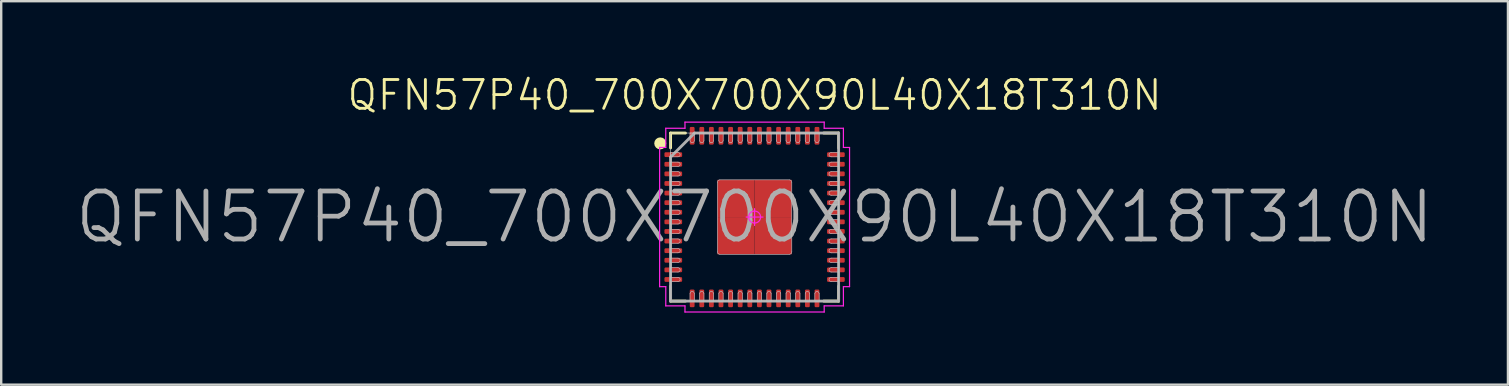
<source format=kicad_pcb>
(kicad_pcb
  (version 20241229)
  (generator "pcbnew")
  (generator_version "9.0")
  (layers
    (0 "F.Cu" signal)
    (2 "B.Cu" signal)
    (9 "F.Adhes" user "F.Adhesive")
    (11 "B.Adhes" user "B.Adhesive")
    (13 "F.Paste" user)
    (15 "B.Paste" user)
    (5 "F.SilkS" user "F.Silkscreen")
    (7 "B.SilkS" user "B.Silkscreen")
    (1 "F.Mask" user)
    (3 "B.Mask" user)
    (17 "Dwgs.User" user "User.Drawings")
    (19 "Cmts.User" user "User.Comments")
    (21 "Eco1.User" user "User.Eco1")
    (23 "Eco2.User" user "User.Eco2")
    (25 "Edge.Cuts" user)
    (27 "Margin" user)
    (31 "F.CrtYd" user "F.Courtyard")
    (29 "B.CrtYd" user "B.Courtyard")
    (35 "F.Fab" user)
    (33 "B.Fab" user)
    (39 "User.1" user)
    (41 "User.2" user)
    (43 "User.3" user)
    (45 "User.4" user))
  (footprint "QFN57P40_700X700X90L40X18T310N"
    (layer "F.Cu")
    (at 28.386 5.993)
    (property "Reference" "QFN57P40_700X700X90L40X18T310N" (at 0 -5.08 0) (layer "F.SilkS") (effects (font (size 1.2 1.2) (thickness 0.12))))
    (attr smd)
    (fp_line (start -3.5 -3.5) (end -2.88 -3.5) (stroke (width 0.12) (type solid)) (layer "F.SilkS"))
    (fp_line (start -3.5 -2.88) (end -3.5 -3.5) (stroke (width 0.12) (type solid)) (layer "F.SilkS"))
    (fp_line (start -3.5 2.88) (end -3.5 3.5) (stroke (width 0.12) (type solid)) (layer "F.SilkS"))
    (fp_line (start -3.5 3.5) (end -2.88 3.5) (stroke (width 0.12) (type solid)) (layer "F.SilkS"))
    (fp_line (start 3.5 -3.5) (end 2.88 -3.5) (stroke (width 0.12) (type solid)) (layer "F.SilkS"))
    (fp_line (start 3.5 -2.88) (end 3.5 -3.5) (stroke (width 0.12) (type solid)) (layer "F.SilkS"))
    (fp_line (start 3.5 2.88) (end 3.5 3.5) (stroke (width 0.12) (type solid)) (layer "F.SilkS"))
    (fp_line (start 3.5 3.5) (end 2.88 3.5) (stroke (width 0.12) (type solid)) (layer "F.SilkS"))
    (fp_circle (center -3.93 -3.07) (end -3.93 -2.945) (stroke (width 0.25) (type solid)) (fill no) (layer "F.SilkS"))
    (fp_line (start -3.5 -3.5) (end 3.5 -3.5) (stroke (width 0.025) (type solid)) (layer "Dwgs.User"))
    (fp_line (start -3.5 -2.69) (end -3.5 -2.51) (stroke (width 0.025) (type solid)) (layer "Dwgs.User"))
    (fp_line (start -3.5 -2.51) (end -3.19 -2.51) (stroke (width 0.025) (type solid)) (layer "Dwgs.User"))
    (fp_line (start -3.5 -2.29) (end -3.5 -2.11) (stroke (width 0.025) (type solid)) (layer "Dwgs.User"))
    (fp_line (start -3.5 -2.11) (end -3.19 -2.11) (stroke (width 0.025) (type solid)) (layer "Dwgs.User"))
    (fp_line (start -3.5 -1.89) (end -3.5 -1.71) (stroke (width 0.025) (type solid)) (layer "Dwgs.User"))
    (fp_line (start -3.5 -1.71) (end -3.19 -1.71) (stroke (width 0.025) (type solid)) (layer "Dwgs.User"))
    (fp_line (start -3.5 -1.49) (end -3.5 -1.31) (stroke (width 0.025) (type solid)) (layer "Dwgs.User"))
    (fp_line (start -3.5 -1.31) (end -3.19 -1.31) (stroke (width 0.025) (type solid)) (layer "Dwgs.User"))
    (fp_line (start -3.5 -1.09) (end -3.5 -0.91) (stroke (width 0.025) (type solid)) (layer "Dwgs.User"))
    (fp_line (start -3.5 -0.91) (end -3.19 -0.91) (stroke (width 0.025) (type solid)) (layer "Dwgs.User"))
    (fp_line (start -3.5 -0.69) (end -3.5 -0.51) (stroke (width 0.025) (type solid)) (layer "Dwgs.User"))
    (fp_line (start -3.5 -0.51) (end -3.19 -0.51) (stroke (width 0.025) (type solid)) (layer "Dwgs.User"))
    (fp_line (start -3.5 -0.29) (end -3.5 -0.11) (stroke (width 0.025) (type solid)) (layer "Dwgs.User"))
    (fp_line (start -3.5 -0.11) (end -3.19 -0.11) (stroke (width 0.025) (type solid)) (layer "Dwgs.User"))
    (fp_line (start -3.5 0.11) (end -3.5 0.29) (stroke (width 0.025) (type solid)) (layer "Dwgs.User"))
    (fp_line (start -3.5 0.29) (end -3.19 0.29) (stroke (width 0.025) (type solid)) (layer "Dwgs.User"))
    (fp_line (start -3.5 0.51) (end -3.5 0.69) (stroke (width 0.025) (type solid)) (layer "Dwgs.User"))
    (fp_line (start -3.5 0.69) (end -3.19 0.69) (stroke (width 0.025) (type solid)) (layer "Dwgs.User"))
    (fp_line (start -3.5 0.91) (end -3.5 1.09) (stroke (width 0.025) (type solid)) (layer "Dwgs.User"))
    (fp_line (start -3.5 1.09) (end -3.19 1.09) (stroke (width 0.025) (type solid)) (layer "Dwgs.User"))
    (fp_line (start -3.5 1.31) (end -3.5 1.49) (stroke (width 0.025) (type solid)) (layer "Dwgs.User"))
    (fp_line (start -3.5 1.49) (end -3.19 1.49) (stroke (width 0.025) (type solid)) (layer "Dwgs.User"))
    (fp_line (start -3.5 1.71) (end -3.5 1.89) (stroke (width 0.025) (type solid)) (layer "Dwgs.User"))
    (fp_line (start -3.5 1.89) (end -3.19 1.89) (stroke (width 0.025) (type solid)) (layer "Dwgs.User"))
    (fp_line (start -3.5 2.11) (end -3.5 2.29) (stroke (width 0.025) (type solid)) (layer "Dwgs.User"))
    (fp_line (start -3.5 2.29) (end -3.19 2.29) (stroke (width 0.025) (type solid)) (layer "Dwgs.User"))
    (fp_line (start -3.5 2.51) (end -3.5 2.69) (stroke (width 0.025) (type solid)) (layer "Dwgs.User"))
    (fp_line (start -3.5 2.69) (end -3.19 2.69) (stroke (width 0.025) (type solid)) (layer "Dwgs.User"))
    (fp_line (start -3.5 3.5) (end -3.5 -3.5) (stroke (width 0.025) (type solid)) (layer "Dwgs.User"))
    (fp_line (start -3.19 -2.69) (end -3.5 -2.69) (stroke (width 0.025) (type solid)) (layer "Dwgs.User"))
    (fp_line (start -3.19 -2.29) (end -3.5 -2.29) (stroke (width 0.025) (type solid)) (layer "Dwgs.User"))
    (fp_line (start -3.19 -1.89) (end -3.5 -1.89) (stroke (width 0.025) (type solid)) (layer "Dwgs.User"))
    (fp_line (start -3.19 -1.49) (end -3.5 -1.49) (stroke (width 0.025) (type solid)) (layer "Dwgs.User"))
    (fp_line (start -3.19 -1.09) (end -3.5 -1.09) (stroke (width 0.025) (type solid)) (layer "Dwgs.User"))
    (fp_line (start -3.19 -0.69) (end -3.5 -0.69) (stroke (width 0.025) (type solid)) (layer "Dwgs.User"))
    (fp_line (start -3.19 -0.29) (end -3.5 -0.29) (stroke (width 0.025) (type solid)) (layer "Dwgs.User"))
    (fp_line (start -3.19 0.11) (end -3.5 0.11) (stroke (width 0.025) (type solid)) (layer "Dwgs.User"))
    (fp_line (start -3.19 0.51) (end -3.5 0.51) (stroke (width 0.025) (type solid)) (layer "Dwgs.User"))
    (fp_line (start -3.19 0.91) (end -3.5 0.91) (stroke (width 0.025) (type solid)) (layer "Dwgs.User"))
    (fp_line (start -3.19 1.31) (end -3.5 1.31) (stroke (width 0.025) (type solid)) (layer "Dwgs.User"))
    (fp_line (start -3.19 1.71) (end -3.5 1.71) (stroke (width 0.025) (type solid)) (layer "Dwgs.User"))
    (fp_line (start -3.19 2.11) (end -3.5 2.11) (stroke (width 0.025) (type solid)) (layer "Dwgs.User"))
    (fp_line (start -3.19 2.51) (end -3.5 2.51) (stroke (width 0.025) (type solid)) (layer "Dwgs.User"))
    (fp_line (start -2.69 -3.5) (end -2.69 -3.19) (stroke (width 0.025) (type solid)) (layer "Dwgs.User"))
    (fp_line (start -2.69 3.19) (end -2.69 3.5) (stroke (width 0.025) (type solid)) (layer "Dwgs.User"))
    (fp_line (start -2.69 3.5) (end -2.51 3.5) (stroke (width 0.025) (type solid)) (layer "Dwgs.User"))
    (fp_line (start -2.51 -3.5) (end -2.69 -3.5) (stroke (width 0.025) (type solid)) (layer "Dwgs.User"))
    (fp_line (start -2.51 -3.19) (end -2.51 -3.5) (stroke (width 0.025) (type solid)) (layer "Dwgs.User"))
    (fp_line (start -2.51 3.5) (end -2.51 3.19) (stroke (width 0.025) (type solid)) (layer "Dwgs.User"))
    (fp_line (start -2.29 -3.5) (end -2.29 -3.19) (stroke (width 0.025) (type solid)) (layer "Dwgs.User"))
    (fp_line (start -2.29 3.19) (end -2.29 3.5) (stroke (width 0.025) (type solid)) (layer "Dwgs.User"))
    (fp_line (start -2.29 3.5) (end -2.11 3.5) (stroke (width 0.025) (type solid)) (layer "Dwgs.User"))
    (fp_line (start -2.11 -3.5) (end -2.29 -3.5) (stroke (width 0.025) (type solid)) (layer "Dwgs.User"))
    (fp_line (start -2.11 -3.19) (end -2.11 -3.5) (stroke (width 0.025) (type solid)) (layer "Dwgs.User"))
    (fp_line (start -2.11 3.5) (end -2.11 3.19) (stroke (width 0.025) (type solid)) (layer "Dwgs.User"))
    (fp_line (start -1.89 -3.5) (end -1.89 -3.19) (stroke (width 0.025) (type solid)) (layer "Dwgs.User"))
    (fp_line (start -1.89 3.19) (end -1.89 3.5) (stroke (width 0.025) (type solid)) (layer "Dwgs.User"))
    (fp_line (start -1.89 3.5) (end -1.71 3.5) (stroke (width 0.025) (type solid)) (layer "Dwgs.User"))
    (fp_line (start -1.71 -3.5) (end -1.89 -3.5) (stroke (width 0.025) (type solid)) (layer "Dwgs.User"))
    (fp_line (start -1.71 -3.19) (end -1.71 -3.5) (stroke (width 0.025) (type solid)) (layer "Dwgs.User"))
    (fp_line (start -1.71 3.5) (end -1.71 3.19) (stroke (width 0.025) (type solid)) (layer "Dwgs.User"))
    (fp_line (start -1.55 -1.45) (end -1.55 1.45) (stroke (width 0.025) (type solid)) (layer "Dwgs.User"))
    (fp_line (start -1.49 -3.5) (end -1.49 -3.19) (stroke (width 0.025) (type solid)) (layer "Dwgs.User"))
    (fp_line (start -1.49 3.19) (end -1.49 3.5) (stroke (width 0.025) (type solid)) (layer "Dwgs.User"))
    (fp_line (start -1.49 3.5) (end -1.31 3.5) (stroke (width 0.025) (type solid)) (layer "Dwgs.User"))
    (fp_line (start -1.45 1.55) (end 1.45 1.55) (stroke (width 0.025) (type solid)) (layer "Dwgs.User"))
    (fp_line (start -1.31 -3.5) (end -1.49 -3.5) (stroke (width 0.025) (type solid)) (layer "Dwgs.User"))
    (fp_line (start -1.31 -3.19) (end -1.31 -3.5) (stroke (width 0.025) (type solid)) (layer "Dwgs.User"))
    (fp_line (start -1.31 3.5) (end -1.31 3.19) (stroke (width 0.025) (type solid)) (layer "Dwgs.User"))
    (fp_line (start -1.09 -3.5) (end -1.09 -3.19) (stroke (width 0.025) (type solid)) (layer "Dwgs.User"))
    (fp_line (start -1.09 3.19) (end -1.09 3.5) (stroke (width 0.025) (type solid)) (layer "Dwgs.User"))
    (fp_line (start -1.09 3.5) (end -0.91 3.5) (stroke (width 0.025) (type solid)) (layer "Dwgs.User"))
    (fp_line (start -0.91 -3.5) (end -1.09 -3.5) (stroke (width 0.025) (type solid)) (layer "Dwgs.User"))
    (fp_line (start -0.91 -3.19) (end -0.91 -3.5) (stroke (width 0.025) (type solid)) (layer "Dwgs.User"))
    (fp_line (start -0.91 3.5) (end -0.91 3.19) (stroke (width 0.025) (type solid)) (layer "Dwgs.User"))
    (fp_line (start -0.69 -3.5) (end -0.69 -3.19) (stroke (width 0.025) (type solid)) (layer "Dwgs.User"))
    (fp_line (start -0.69 3.19) (end -0.69 3.5) (stroke (width 0.025) (type solid)) (layer "Dwgs.User"))
    (fp_line (start -0.69 3.5) (end -0.51 3.5) (stroke (width 0.025) (type solid)) (layer "Dwgs.User"))
    (fp_line (start -0.51 -3.5) (end -0.69 -3.5) (stroke (width 0.025) (type solid)) (layer "Dwgs.User"))
    (fp_line (start -0.51 -3.19) (end -0.51 -3.5) (stroke (width 0.025) (type solid)) (layer "Dwgs.User"))
    (fp_line (start -0.51 3.5) (end -0.51 3.19) (stroke (width 0.025) (type solid)) (layer "Dwgs.User"))
    (fp_line (start -0.29 -3.5) (end -0.29 -3.19) (stroke (width 0.025) (type solid)) (layer "Dwgs.User"))
    (fp_line (start -0.29 3.19) (end -0.29 3.5) (stroke (width 0.025) (type solid)) (layer "Dwgs.User"))
    (fp_line (start -0.29 3.5) (end -0.11 3.5) (stroke (width 0.025) (type solid)) (layer "Dwgs.User"))
    (fp_line (start -0.11 -3.5) (end -0.29 -3.5) (stroke (width 0.025) (type solid)) (layer "Dwgs.User"))
    (fp_line (start -0.11 -3.19) (end -0.11 -3.5) (stroke (width 0.025) (type solid)) (layer "Dwgs.User"))
    (fp_line (start -0.11 3.5) (end -0.11 3.19) (stroke (width 0.025) (type solid)) (layer "Dwgs.User"))
    (fp_line (start 0.11 -3.5) (end 0.11 -3.19) (stroke (width 0.025) (type solid)) (layer "Dwgs.User"))
    (fp_line (start 0.11 3.19) (end 0.11 3.5) (stroke (width 0.025) (type solid)) (layer "Dwgs.User"))
    (fp_line (start 0.11 3.5) (end 0.29 3.5) (stroke (width 0.025) (type solid)) (layer "Dwgs.User"))
    (fp_line (start 0.29 -3.5) (end 0.11 -3.5) (stroke (width 0.025) (type solid)) (layer "Dwgs.User"))
    (fp_line (start 0.29 -3.19) (end 0.29 -3.5) (stroke (width 0.025) (type solid)) (layer "Dwgs.User"))
    (fp_line (start 0.29 3.5) (end 0.29 3.19) (stroke (width 0.025) (type solid)) (layer "Dwgs.User"))
    (fp_line (start 0.51 -3.5) (end 0.51 -3.19) (stroke (width 0.025) (type solid)) (layer "Dwgs.User"))
    (fp_line (start 0.51 3.19) (end 0.51 3.5) (stroke (width 0.025) (type solid)) (layer "Dwgs.User"))
    (fp_line (start 0.51 3.5) (end 0.69 3.5) (stroke (width 0.025) (type solid)) (layer "Dwgs.User"))
    (fp_line (start 0.69 -3.5) (end 0.51 -3.5) (stroke (width 0.025) (type solid)) (layer "Dwgs.User"))
    (fp_line (start 0.69 -3.19) (end 0.69 -3.5) (stroke (width 0.025) (type solid)) (layer "Dwgs.User"))
    (fp_line (start 0.69 3.5) (end 0.69 3.19) (stroke (width 0.025) (type solid)) (layer "Dwgs.User"))
    (fp_line (start 0.91 -3.5) (end 0.91 -3.19) (stroke (width 0.025) (type solid)) (layer "Dwgs.User"))
    (fp_line (start 0.91 3.19) (end 0.91 3.5) (stroke (width 0.025) (type solid)) (layer "Dwgs.User"))
    (fp_line (start 0.91 3.5) (end 1.09 3.5) (stroke (width 0.025) (type solid)) (layer "Dwgs.User"))
    (fp_line (start 1.09 -3.5) (end 0.91 -3.5) (stroke (width 0.025) (type solid)) (layer "Dwgs.User"))
    (fp_line (start 1.09 -3.19) (end 1.09 -3.5) (stroke (width 0.025) (type solid)) (layer "Dwgs.User"))
    (fp_line (start 1.09 3.5) (end 1.09 3.19) (stroke (width 0.025) (type solid)) (layer "Dwgs.User"))
    (fp_line (start 1.31 -3.5) (end 1.31 -3.19) (stroke (width 0.025) (type solid)) (layer "Dwgs.User"))
    (fp_line (start 1.31 3.19) (end 1.31 3.5) (stroke (width 0.025) (type solid)) (layer "Dwgs.User"))
    (fp_line (start 1.31 3.5) (end 1.49 3.5) (stroke (width 0.025) (type solid)) (layer "Dwgs.User"))
    (fp_line (start 1.45 -1.55) (end -1.45 -1.55) (stroke (width 0.025) (type solid)) (layer "Dwgs.User"))
    (fp_line (start 1.49 -3.5) (end 1.31 -3.5) (stroke (width 0.025) (type solid)) (layer "Dwgs.User"))
    (fp_line (start 1.49 -3.19) (end 1.49 -3.5) (stroke (width 0.025) (type solid)) (layer "Dwgs.User"))
    (fp_line (start 1.49 3.5) (end 1.49 3.19) (stroke (width 0.025) (type solid)) (layer "Dwgs.User"))
    (fp_line (start 1.55 1.45) (end 1.55 -1.45) (stroke (width 0.025) (type solid)) (layer "Dwgs.User"))
    (fp_line (start 1.71 -3.5) (end 1.71 -3.19) (stroke (width 0.025) (type solid)) (layer "Dwgs.User"))
    (fp_line (start 1.71 3.19) (end 1.71 3.5) (stroke (width 0.025) (type solid)) (layer "Dwgs.User"))
    (fp_line (start 1.71 3.5) (end 1.89 3.5) (stroke (width 0.025) (type solid)) (layer "Dwgs.User"))
    (fp_line (start 1.89 -3.5) (end 1.71 -3.5) (stroke (width 0.025) (type solid)) (layer "Dwgs.User"))
    (fp_line (start 1.89 -3.19) (end 1.89 -3.5) (stroke (width 0.025) (type solid)) (layer "Dwgs.User"))
    (fp_line (start 1.89 3.5) (end 1.89 3.19) (stroke (width 0.025) (type solid)) (layer "Dwgs.User"))
    (fp_line (start 2.11 -3.5) (end 2.11 -3.19) (stroke (width 0.025) (type solid)) (layer "Dwgs.User"))
    (fp_line (start 2.11 3.19) (end 2.11 3.5) (stroke (width 0.025) (type solid)) (layer "Dwgs.User"))
    (fp_line (start 2.11 3.5) (end 2.29 3.5) (stroke (width 0.025) (type solid)) (layer "Dwgs.User"))
    (fp_line (start 2.29 -3.5) (end 2.11 -3.5) (stroke (width 0.025) (type solid)) (layer "Dwgs.User"))
    (fp_line (start 2.29 -3.19) (end 2.29 -3.5) (stroke (width 0.025) (type solid)) (layer "Dwgs.User"))
    (fp_line (start 2.29 3.5) (end 2.29 3.19) (stroke (width 0.025) (type solid)) (layer "Dwgs.User"))
    (fp_line (start 2.51 -3.5) (end 2.51 -3.19) (stroke (width 0.025) (type solid)) (layer "Dwgs.User"))
    (fp_line (start 2.51 3.19) (end 2.51 3.5) (stroke (width 0.025) (type solid)) (layer "Dwgs.User"))
    (fp_line (start 2.51 3.5) (end 2.69 3.5) (stroke (width 0.025) (type solid)) (layer "Dwgs.User"))
    (fp_line (start 2.69 -3.5) (end 2.51 -3.5) (stroke (width 0.025) (type solid)) (layer "Dwgs.User"))
    (fp_line (start 2.69 -3.19) (end 2.69 -3.5) (stroke (width 0.025) (type solid)) (layer "Dwgs.User"))
    (fp_line (start 2.69 3.5) (end 2.69 3.19) (stroke (width 0.025) (type solid)) (layer "Dwgs.User"))
    (fp_line (start 3.19 -2.51) (end 3.5 -2.51) (stroke (width 0.025) (type solid)) (layer "Dwgs.User"))
    (fp_line (start 3.19 -2.11) (end 3.5 -2.11) (stroke (width 0.025) (type solid)) (layer "Dwgs.User"))
    (fp_line (start 3.19 -1.71) (end 3.5 -1.71) (stroke (width 0.025) (type solid)) (layer "Dwgs.User"))
    (fp_line (start 3.19 -1.31) (end 3.5 -1.31) (stroke (width 0.025) (type solid)) (layer "Dwgs.User"))
    (fp_line (start 3.19 -0.91) (end 3.5 -0.91) (stroke (width 0.025) (type solid)) (layer "Dwgs.User"))
    (fp_line (start 3.19 -0.51) (end 3.5 -0.51) (stroke (width 0.025) (type solid)) (layer "Dwgs.User"))
    (fp_line (start 3.19 -0.11) (end 3.5 -0.11) (stroke (width 0.025) (type solid)) (layer "Dwgs.User"))
    (fp_line (start 3.19 0.29) (end 3.5 0.29) (stroke (width 0.025) (type solid)) (layer "Dwgs.User"))
    (fp_line (start 3.19 0.69) (end 3.5 0.69) (stroke (width 0.025) (type solid)) (layer "Dwgs.User"))
    (fp_line (start 3.19 1.09) (end 3.5 1.09) (stroke (width 0.025) (type solid)) (layer "Dwgs.User"))
    (fp_line (start 3.19 1.49) (end 3.5 1.49) (stroke (width 0.025) (type solid)) (layer "Dwgs.User"))
    (fp_line (start 3.19 1.89) (end 3.5 1.89) (stroke (width 0.025) (type solid)) (layer "Dwgs.User"))
    (fp_line (start 3.19 2.29) (end 3.5 2.29) (stroke (width 0.025) (type solid)) (layer "Dwgs.User"))
    (fp_line (start 3.19 2.69) (end 3.5 2.69) (stroke (width 0.025) (type solid)) (layer "Dwgs.User"))
    (fp_line (start 3.5 -3.5) (end 3.5 3.5) (stroke (width 0.025) (type solid)) (layer "Dwgs.User"))
    (fp_line (start 3.5 -2.69) (end 3.19 -2.69) (stroke (width 0.025) (type solid)) (layer "Dwgs.User"))
    (fp_line (start 3.5 -2.51) (end 3.5 -2.69) (stroke (width 0.025) (type solid)) (layer "Dwgs.User"))
    (fp_line (start 3.5 -2.29) (end 3.19 -2.29) (stroke (width 0.025) (type solid)) (layer "Dwgs.User"))
    (fp_line (start 3.5 -2.11) (end 3.5 -2.29) (stroke (width 0.025) (type solid)) (layer "Dwgs.User"))
    (fp_line (start 3.5 -1.89) (end 3.19 -1.89) (stroke (width 0.025) (type solid)) (layer "Dwgs.User"))
    (fp_line (start 3.5 -1.71) (end 3.5 -1.89) (stroke (width 0.025) (type solid)) (layer "Dwgs.User"))
    (fp_line (start 3.5 -1.49) (end 3.19 -1.49) (stroke (width 0.025) (type solid)) (layer "Dwgs.User"))
    (fp_line (start 3.5 -1.31) (end 3.5 -1.49) (stroke (width 0.025) (type solid)) (layer "Dwgs.User"))
    (fp_line (start 3.5 -1.09) (end 3.19 -1.09) (stroke (width 0.025) (type solid)) (layer "Dwgs.User"))
    (fp_line (start 3.5 -0.91) (end 3.5 -1.09) (stroke (width 0.025) (type solid)) (layer "Dwgs.User"))
    (fp_line (start 3.5 -0.69) (end 3.19 -0.69) (stroke (width 0.025) (type solid)) (layer "Dwgs.User"))
    (fp_line (start 3.5 -0.51) (end 3.5 -0.69) (stroke (width 0.025) (type solid)) (layer "Dwgs.User"))
    (fp_line (start 3.5 -0.29) (end 3.19 -0.29) (stroke (width 0.025) (type solid)) (layer "Dwgs.User"))
    (fp_line (start 3.5 -0.11) (end 3.5 -0.29) (stroke (width 0.025) (type solid)) (layer "Dwgs.User"))
    (fp_line (start 3.5 0.11) (end 3.19 0.11) (stroke (width 0.025) (type solid)) (layer "Dwgs.User"))
    (fp_line (start 3.5 0.29) (end 3.5 0.11) (stroke (width 0.025) (type solid)) (layer "Dwgs.User"))
    (fp_line (start 3.5 0.51) (end 3.19 0.51) (stroke (width 0.025) (type solid)) (layer "Dwgs.User"))
    (fp_line (start 3.5 0.69) (end 3.5 0.51) (stroke (width 0.025) (type solid)) (layer "Dwgs.User"))
    (fp_line (start 3.5 0.91) (end 3.19 0.91) (stroke (width 0.025) (type solid)) (layer "Dwgs.User"))
    (fp_line (start 3.5 1.09) (end 3.5 0.91) (stroke (width 0.025) (type solid)) (layer "Dwgs.User"))
    (fp_line (start 3.5 1.31) (end 3.19 1.31) (stroke (width 0.025) (type solid)) (layer "Dwgs.User"))
    (fp_line (start 3.5 1.49) (end 3.5 1.31) (stroke (width 0.025) (type solid)) (layer "Dwgs.User"))
    (fp_line (start 3.5 1.71) (end 3.19 1.71) (stroke (width 0.025) (type solid)) (layer "Dwgs.User"))
    (fp_line (start 3.5 1.89) (end 3.5 1.71) (stroke (width 0.025) (type solid)) (layer "Dwgs.User"))
    (fp_line (start 3.5 2.11) (end 3.19 2.11) (stroke (width 0.025) (type solid)) (layer "Dwgs.User"))
    (fp_line (start 3.5 2.29) (end 3.5 2.11) (stroke (width 0.025) (type solid)) (layer "Dwgs.User"))
    (fp_line (start 3.5 2.51) (end 3.19 2.51) (stroke (width 0.025) (type solid)) (layer "Dwgs.User"))
    (fp_line (start 3.5 2.69) (end 3.5 2.51) (stroke (width 0.025) (type solid)) (layer "Dwgs.User"))
    (fp_line (start 3.5 3.5) (end -3.5 3.5) (stroke (width 0.025) (type solid)) (layer "Dwgs.User"))
    (fp_arc (start -3.19 -2.69) (mid -3.1 -2.6) (end -3.19 -2.51) (stroke (width 0.025) (type solid)) (layer "Dwgs.User"))
    (fp_arc (start -3.19 -2.29) (mid -3.1 -2.2) (end -3.19 -2.11) (stroke (width 0.025) (type solid)) (layer "Dwgs.User"))
    (fp_arc (start -3.19 -1.89) (mid -3.1 -1.8) (end -3.19 -1.71) (stroke (width 0.025) (type solid)) (layer "Dwgs.User"))
    (fp_arc (start -3.19 -1.49) (mid -3.1 -1.4) (end -3.19 -1.31) (stroke (width 0.025) (type solid)) (layer "Dwgs.User"))
    (fp_arc (start -3.19 -1.09) (mid -3.1 -1) (end -3.19 -0.91) (stroke (width 0.025) (type solid)) (layer "Dwgs.User"))
    (fp_arc (start -3.19 -0.69) (mid -3.1 -0.6) (end -3.19 -0.51) (stroke (width 0.025) (type solid)) (layer "Dwgs.User"))
    (fp_arc (start -3.19 -0.29) (mid -3.1 -0.2) (end -3.19 -0.11) (stroke (width 0.025) (type solid)) (layer "Dwgs.User"))
    (fp_arc (start -3.19 0.11) (mid -3.1 0.2) (end -3.19 0.29) (stroke (width 0.025) (type solid)) (layer "Dwgs.User"))
    (fp_arc (start -3.19 0.51) (mid -3.1 0.6) (end -3.19 0.69) (stroke (width 0.025) (type solid)) (layer "Dwgs.User"))
    (fp_arc (start -3.19 0.91) (mid -3.1 1) (end -3.19 1.09) (stroke (width 0.025) (type solid)) (layer "Dwgs.User"))
    (fp_arc (start -3.19 1.31) (mid -3.1 1.4) (end -3.19 1.49) (stroke (width 0.025) (type solid)) (layer "Dwgs.User"))
    (fp_arc (start -3.19 1.71) (mid -3.1 1.8) (end -3.19 1.89) (stroke (width 0.025) (type solid)) (layer "Dwgs.User"))
    (fp_arc (start -3.19 2.11) (mid -3.1 2.2) (end -3.19 2.29) (stroke (width 0.025) (type solid)) (layer "Dwgs.User"))
    (fp_arc (start -3.19 2.51) (mid -3.1 2.6) (end -3.19 2.69) (stroke (width 0.025) (type solid)) (layer "Dwgs.User"))
    (fp_arc (start -2.69 3.19) (mid -2.6 3.1) (end -2.51 3.19) (stroke (width 0.025) (type solid)) (layer "Dwgs.User"))
    (fp_arc (start -2.51 -3.19) (mid -2.6 -3.1) (end -2.69 -3.19) (stroke (width 0.025) (type solid)) (layer "Dwgs.User"))
    (fp_arc (start -2.29 3.19) (mid -2.2 3.1) (end -2.11 3.19) (stroke (width 0.025) (type solid)) (layer "Dwgs.User"))
    (fp_arc (start -2.11 -3.19) (mid -2.2 -3.1) (end -2.29 -3.19) (stroke (width 0.025) (type solid)) (layer "Dwgs.User"))
    (fp_arc (start -1.89 3.19) (mid -1.8 3.1) (end -1.71 3.19) (stroke (width 0.025) (type solid)) (layer "Dwgs.User"))
    (fp_arc (start -1.71 -3.19) (mid -1.8 -3.1) (end -1.89 -3.19) (stroke (width 0.025) (type solid)) (layer "Dwgs.User"))
    (fp_arc (start -1.55 -1.45) (mid -1.520711 -1.520711) (end -1.45 -1.55) (stroke (width 0.025) (type solid)) (layer "Dwgs.User"))
    (fp_arc (start -1.49 3.19) (mid -1.4 3.1) (end -1.31 3.19) (stroke (width 0.025) (type solid)) (layer "Dwgs.User"))
    (fp_arc (start -1.45 1.55) (mid -1.520711 1.520711) (end -1.55 1.45) (stroke (width 0.025) (type solid)) (layer "Dwgs.User"))
    (fp_arc (start -1.31 -3.19) (mid -1.4 -3.1) (end -1.49 -3.19) (stroke (width 0.025) (type solid)) (layer "Dwgs.User"))
    (fp_arc (start -1.09 3.19) (mid -1 3.1) (end -0.91 3.19) (stroke (width 0.025) (type solid)) (layer "Dwgs.User"))
    (fp_arc (start -0.91 -3.19) (mid -1 -3.1) (end -1.09 -3.19) (stroke (width 0.025) (type solid)) (layer "Dwgs.User"))
    (fp_arc (start -0.69 3.19) (mid -0.6 3.1) (end -0.51 3.19) (stroke (width 0.025) (type solid)) (layer "Dwgs.User"))
    (fp_arc (start -0.51 -3.19) (mid -0.6 -3.1) (end -0.69 -3.19) (stroke (width 0.025) (type solid)) (layer "Dwgs.User"))
    (fp_arc (start -0.29 3.19) (mid -0.2 3.1) (end -0.11 3.19) (stroke (width 0.025) (type solid)) (layer "Dwgs.User"))
    (fp_arc (start -0.11 -3.19) (mid -0.2 -3.1) (end -0.29 -3.19) (stroke (width 0.025) (type solid)) (layer "Dwgs.User"))
    (fp_arc (start 0.11 3.19) (mid 0.2 3.1) (end 0.29 3.19) (stroke (width 0.025) (type solid)) (layer "Dwgs.User"))
    (fp_arc (start 0.29 -3.19) (mid 0.2 -3.1) (end 0.11 -3.19) (stroke (width 0.025) (type solid)) (layer "Dwgs.User"))
    (fp_arc (start 0.51 3.19) (mid 0.6 3.1) (end 0.69 3.19) (stroke (width 0.025) (type solid)) (layer "Dwgs.User"))
    (fp_arc (start 0.69 -3.19) (mid 0.6 -3.1) (end 0.51 -3.19) (stroke (width 0.025) (type solid)) (layer "Dwgs.User"))
    (fp_arc (start 0.91 3.19) (mid 1 3.1) (end 1.09 3.19) (stroke (width 0.025) (type solid)) (layer "Dwgs.User"))
    (fp_arc (start 1.09 -3.19) (mid 1 -3.1) (end 0.91 -3.19) (stroke (width 0.025) (type solid)) (layer "Dwgs.User"))
    (fp_arc (start 1.31 3.19) (mid 1.4 3.1) (end 1.49 3.19) (stroke (width 0.025) (type solid)) (layer "Dwgs.User"))
    (fp_arc (start 1.45 -1.55) (mid 1.520711 -1.520711) (end 1.55 -1.45) (stroke (width 0.025) (type solid)) (layer "Dwgs.User"))
    (fp_arc (start 1.49 -3.19) (mid 1.4 -3.1) (end 1.31 -3.19) (stroke (width 0.025) (type solid)) (layer "Dwgs.User"))
    (fp_arc (start 1.55 1.45) (mid 1.520711 1.520711) (end 1.45 1.55) (stroke (width 0.025) (type solid)) (layer "Dwgs.User"))
    (fp_arc (start 1.71 3.19) (mid 1.8 3.1) (end 1.89 3.19) (stroke (width 0.025) (type solid)) (layer "Dwgs.User"))
    (fp_arc (start 1.89 -3.19) (mid 1.8 -3.1) (end 1.71 -3.19) (stroke (width 0.025) (type solid)) (layer "Dwgs.User"))
    (fp_arc (start 2.11 3.19) (mid 2.2 3.1) (end 2.29 3.19) (stroke (width 0.025) (type solid)) (layer "Dwgs.User"))
    (fp_arc (start 2.29 -3.19) (mid 2.2 -3.1) (end 2.11 -3.19) (stroke (width 0.025) (type solid)) (layer "Dwgs.User"))
    (fp_arc (start 2.51 3.19) (mid 2.6 3.1) (end 2.69 3.19) (stroke (width 0.025) (type solid)) (layer "Dwgs.User"))
    (fp_arc (start 2.69 -3.19) (mid 2.6 -3.1) (end 2.51 -3.19) (stroke (width 0.025) (type solid)) (layer "Dwgs.User"))
    (fp_arc (start 3.19 -2.51) (mid 3.1 -2.6) (end 3.19 -2.69) (stroke (width 0.025) (type solid)) (layer "Dwgs.User"))
    (fp_arc (start 3.19 -2.11) (mid 3.1 -2.2) (end 3.19 -2.29) (stroke (width 0.025) (type solid)) (layer "Dwgs.User"))
    (fp_arc (start 3.19 -1.71) (mid 3.1 -1.8) (end 3.19 -1.89) (stroke (width 0.025) (type solid)) (layer "Dwgs.User"))
    (fp_arc (start 3.19 -1.31) (mid 3.1 -1.4) (end 3.19 -1.49) (stroke (width 0.025) (type solid)) (layer "Dwgs.User"))
    (fp_arc (start 3.19 -0.91) (mid 3.1 -1) (end 3.19 -1.09) (stroke (width 0.025) (type solid)) (layer "Dwgs.User"))
    (fp_arc (start 3.19 -0.51) (mid 3.1 -0.6) (end 3.19 -0.69) (stroke (width 0.025) (type solid)) (layer "Dwgs.User"))
    (fp_arc (start 3.19 -0.11) (mid 3.1 -0.2) (end 3.19 -0.29) (stroke (width 0.025) (type solid)) (layer "Dwgs.User"))
    (fp_arc (start 3.19 0.29) (mid 3.1 0.2) (end 3.19 0.11) (stroke (width 0.025) (type solid)) (layer "Dwgs.User"))
    (fp_arc (start 3.19 0.69) (mid 3.1 0.6) (end 3.19 0.51) (stroke (width 0.025) (type solid)) (layer "Dwgs.User"))
    (fp_arc (start 3.19 1.09) (mid 3.1 1) (end 3.19 0.91) (stroke (width 0.025) (type solid)) (layer "Dwgs.User"))
    (fp_arc (start 3.19 1.49) (mid 3.1 1.4) (end 3.19 1.31) (stroke (width 0.025) (type solid)) (layer "Dwgs.User"))
    (fp_arc (start 3.19 1.89) (mid 3.1 1.8) (end 3.19 1.71) (stroke (width 0.025) (type solid)) (layer "Dwgs.User"))
    (fp_arc (start 3.19 2.29) (mid 3.1 2.2) (end 3.19 2.11) (stroke (width 0.025) (type solid)) (layer "Dwgs.User"))
    (fp_arc (start 3.19 2.69) (mid 3.1 2.6) (end 3.19 2.51) (stroke (width 0.025) (type solid)) (layer "Dwgs.User"))
    (fp_line (start -3.956 -2.9) (end -3.956 2.9) (stroke (width 0.05) (type solid)) (layer "F.CrtYd"))
    (fp_line (start -3.956 2.9) (end -3.7 2.9) (stroke (width 0.05) (type solid)) (layer "F.CrtYd"))
    (fp_line (start -3.7 -3.7) (end -3.7 -2.9) (stroke (width 0.05) (type solid)) (layer "F.CrtYd"))
    (fp_line (start -3.7 -2.9) (end -3.956 -2.9) (stroke (width 0.05) (type solid)) (layer "F.CrtYd"))
    (fp_line (start -3.7 2.9) (end -3.7 3.7) (stroke (width 0.05) (type solid)) (layer "F.CrtYd"))
    (fp_line (start -3.7 3.7) (end -2.9 3.7) (stroke (width 0.05) (type solid)) (layer "F.CrtYd"))
    (fp_line (start -2.9 -3.956) (end -2.9 -3.7) (stroke (width 0.05) (type solid)) (layer "F.CrtYd"))
    (fp_line (start -2.9 -3.7) (end -3.7 -3.7) (stroke (width 0.05) (type solid)) (layer "F.CrtYd"))
    (fp_line (start -2.9 3.7) (end -2.9 3.956) (stroke (width 0.05) (type solid)) (layer "F.CrtYd"))
    (fp_line (start -2.9 3.956) (end 2.9 3.956) (stroke (width 0.05) (type solid)) (layer "F.CrtYd"))
    (fp_line (start 0 -0.35) (end 0 0.35) (stroke (width 0.05) (type solid)) (layer "F.CrtYd"))
    (fp_line (start 0.35 0) (end -0.35 0) (stroke (width 0.05) (type solid)) (layer "F.CrtYd"))
    (fp_line (start 2.9 -3.956) (end -2.9 -3.956) (stroke (width 0.05) (type solid)) (layer "F.CrtYd"))
    (fp_line (start 2.9 -3.7) (end 2.9 -3.956) (stroke (width 0.05) (type solid)) (layer "F.CrtYd"))
    (fp_line (start 2.9 3.7) (end 3.7 3.7) (stroke (width 0.05) (type solid)) (layer "F.CrtYd"))
    (fp_line (start 2.9 3.956) (end 2.9 3.7) (stroke (width 0.05) (type solid)) (layer "F.CrtYd"))
    (fp_line (start 3.7 -3.7) (end 2.9 -3.7) (stroke (width 0.05) (type solid)) (layer "F.CrtYd"))
    (fp_line (start 3.7 -2.9) (end 3.7 -3.7) (stroke (width 0.05) (type solid)) (layer "F.CrtYd"))
    (fp_line (start 3.7 2.9) (end 3.956 2.9) (stroke (width 0.05) (type solid)) (layer "F.CrtYd"))
    (fp_line (start 3.7 3.7) (end 3.7 2.9) (stroke (width 0.05) (type solid)) (layer "F.CrtYd"))
    (fp_line (start 3.956 -2.9) (end 3.7 -2.9) (stroke (width 0.05) (type solid)) (layer "F.CrtYd"))
    (fp_line (start 3.956 2.9) (end 3.956 -2.9) (stroke (width 0.05) (type solid)) (layer "F.CrtYd"))
    (fp_circle (center 0 0) (end 0 0.25) (stroke (width 0.05) (type solid)) (fill no) (layer "F.CrtYd"))
    (fp_line (start -3.5 -2.5) (end -2.5 -3.5) (stroke (width 0.12) (type solid)) (layer "F.Fab"))
    (fp_line (start -3.5 3.5) (end -3.5 -2.5) (stroke (width 0.12) (type solid)) (layer "F.Fab"))
    (fp_line (start -2.5 -3.5) (end 3.5 -3.5) (stroke (width 0.12) (type solid)) (layer "F.Fab"))
    (fp_line (start 3.5 -3.5) (end 3.5 3.5) (stroke (width 0.12) (type solid)) (layer "F.Fab"))
    (fp_line (start 3.5 3.5) (end -3.5 3.5) (stroke (width 0.12) (type solid)) (layer "F.Fab"))
    (fp_text user "${REFERENCE}" (at 0 0 0) (layer "F.Fab") (effects (font (size 2 2) (thickness 0.2))))
    (pad "" smd rect (at -0.775 -0.775) (size 1.096 1.096) (layers "F.Paste"))
    (pad "" smd rect (at -0.775 0.775) (size 1.096 1.096) (layers "F.Paste"))
    (pad "" smd rect (at 0.775 -0.775) (size 1.096 1.096) (layers "F.Paste"))
    (pad "" smd rect (at 0.775 0.775) (size 1.096 1.096) (layers "F.Paste"))
    (pad "1" smd roundrect (at -3.387 -2.6) (size 0.737 0.2) (layers "F.Cu" "F.Mask" "F.Paste") (roundrect_rratio 0.25))
    (pad "2" smd roundrect (at -3.387 -2.2) (size 0.737 0.2) (layers "F.Cu" "F.Mask" "F.Paste") (roundrect_rratio 0.25))
    (pad "3" smd roundrect (at -3.387 -1.8) (size 0.737 0.2) (layers "F.Cu" "F.Mask" "F.Paste") (roundrect_rratio 0.25))
    (pad "4" smd roundrect (at -3.387 -1.4) (size 0.737 0.2) (layers "F.Cu" "F.Mask" "F.Paste") (roundrect_rratio 0.25))
    (pad "5" smd roundrect (at -3.387 -1) (size 0.737 0.2) (layers "F.Cu" "F.Mask" "F.Paste") (roundrect_rratio 0.25))
    (pad "6" smd roundrect (at -3.387 -0.6) (size 0.737 0.2) (layers "F.Cu" "F.Mask" "F.Paste") (roundrect_rratio 0.25))
    (pad "7" smd roundrect (at -3.387 -0.2) (size 0.737 0.2) (layers "F.Cu" "F.Mask" "F.Paste") (roundrect_rratio 0.25))
    (pad "8" smd roundrect (at -3.387 0.2) (size 0.737 0.2) (layers "F.Cu" "F.Mask" "F.Paste") (roundrect_rratio 0.25))
    (pad "9" smd roundrect (at -3.387 0.6) (size 0.737 0.2) (layers "F.Cu" "F.Mask" "F.Paste") (roundrect_rratio 0.25))
    (pad "10" smd roundrect (at -3.387 1) (size 0.737 0.2) (layers "F.Cu" "F.Mask" "F.Paste") (roundrect_rratio 0.25))
    (pad "11" smd roundrect (at -3.387 1.4) (size 0.737 0.2) (layers "F.Cu" "F.Mask" "F.Paste") (roundrect_rratio 0.25))
    (pad "12" smd roundrect (at -3.387 1.8) (size 0.737 0.2) (layers "F.Cu" "F.Mask" "F.Paste") (roundrect_rratio 0.25))
    (pad "13" smd roundrect (at -3.387 2.2) (size 0.737 0.2) (layers "F.Cu" "F.Mask" "F.Paste") (roundrect_rratio 0.25))
    (pad "14" smd roundrect (at -3.387 2.6) (size 0.737 0.2) (layers "F.Cu" "F.Mask" "F.Paste") (roundrect_rratio 0.25))
    (pad "15" smd roundrect (at -2.6 3.387 90) (size 0.737 0.2) (layers "F.Cu" "F.Mask" "F.Paste") (roundrect_rratio 0.25))
    (pad "16" smd roundrect (at -2.2 3.387 90) (size 0.737 0.2) (layers "F.Cu" "F.Mask" "F.Paste") (roundrect_rratio 0.25))
    (pad "17" smd roundrect (at -1.8 3.387 90) (size 0.737 0.2) (layers "F.Cu" "F.Mask" "F.Paste") (roundrect_rratio 0.25))
    (pad "18" smd roundrect (at -1.4 3.387 90) (size 0.737 0.2) (layers "F.Cu" "F.Mask" "F.Paste") (roundrect_rratio 0.25))
    (pad "19" smd roundrect (at -1 3.387 90) (size 0.737 0.2) (layers "F.Cu" "F.Mask" "F.Paste") (roundrect_rratio 0.25))
    (pad "20" smd roundrect (at -0.6 3.387 90) (size 0.737 0.2) (layers "F.Cu" "F.Mask" "F.Paste") (roundrect_rratio 0.25))
    (pad "21" smd roundrect (at -0.2 3.387 90) (size 0.737 0.2) (layers "F.Cu" "F.Mask" "F.Paste") (roundrect_rratio 0.25))
    (pad "22" smd roundrect (at 0.2 3.387 90) (size 0.737 0.2) (layers "F.Cu" "F.Mask" "F.Paste") (roundrect_rratio 0.25))
    (pad "23" smd roundrect (at 0.6 3.387 90) (size 0.737 0.2) (layers "F.Cu" "F.Mask" "F.Paste") (roundrect_rratio 0.25))
    (pad "24" smd roundrect (at 1 3.387 90) (size 0.737 0.2) (layers "F.Cu" "F.Mask" "F.Paste") (roundrect_rratio 0.25))
    (pad "25" smd roundrect (at 1.4 3.387 90) (size 0.737 0.2) (layers "F.Cu" "F.Mask" "F.Paste") (roundrect_rratio 0.25))
    (pad "26" smd roundrect (at 1.8 3.387 90) (size 0.737 0.2) (layers "F.Cu" "F.Mask" "F.Paste") (roundrect_rratio 0.25))
    (pad "27" smd roundrect (at 2.2 3.387 90) (size 0.737 0.2) (layers "F.Cu" "F.Mask" "F.Paste") (roundrect_rratio 0.25))
    (pad "28" smd roundrect (at 2.6 3.387 90) (size 0.737 0.2) (layers "F.Cu" "F.Mask" "F.Paste") (roundrect_rratio 0.25))
    (pad "29" smd roundrect (at 3.387 2.6) (size 0.737 0.2) (layers "F.Cu" "F.Mask" "F.Paste") (roundrect_rratio 0.25))
    (pad "30" smd roundrect (at 3.387 2.2) (size 0.737 0.2) (layers "F.Cu" "F.Mask" "F.Paste") (roundrect_rratio 0.25))
    (pad "31" smd roundrect (at 3.387 1.8) (size 0.737 0.2) (layers "F.Cu" "F.Mask" "F.Paste") (roundrect_rratio 0.25))
    (pad "32" smd roundrect (at 3.387 1.4) (size 0.737 0.2) (layers "F.Cu" "F.Mask" "F.Paste") (roundrect_rratio 0.25))
    (pad "33" smd roundrect (at 3.387 1) (size 0.737 0.2) (layers "F.Cu" "F.Mask" "F.Paste") (roundrect_rratio 0.25))
    (pad "34" smd roundrect (at 3.387 0.6) (size 0.737 0.2) (layers "F.Cu" "F.Mask" "F.Paste") (roundrect_rratio 0.25))
    (pad "35" smd roundrect (at 3.387 0.2) (size 0.737 0.2) (layers "F.Cu" "F.Mask" "F.Paste") (roundrect_rratio 0.25))
    (pad "36" smd roundrect (at 3.387 -0.2) (size 0.737 0.2) (layers "F.Cu" "F.Mask" "F.Paste") (roundrect_rratio 0.25))
    (pad "37" smd roundrect (at 3.387 -0.6) (size 0.737 0.2) (layers "F.Cu" "F.Mask" "F.Paste") (roundrect_rratio 0.25))
    (pad "38" smd roundrect (at 3.387 -1) (size 0.737 0.2) (layers "F.Cu" "F.Mask" "F.Paste") (roundrect_rratio 0.25))
    (pad "39" smd roundrect (at 3.387 -1.4) (size 0.737 0.2) (layers "F.Cu" "F.Mask" "F.Paste") (roundrect_rratio 0.25))
    (pad "40" smd roundrect (at 3.387 -1.8) (size 0.737 0.2) (layers "F.Cu" "F.Mask" "F.Paste") (roundrect_rratio 0.25))
    (pad "41" smd roundrect (at 3.387 -2.2) (size 0.737 0.2) (layers "F.Cu" "F.Mask" "F.Paste") (roundrect_rratio 0.25))
    (pad "42" smd roundrect (at 3.387 -2.6) (size 0.737 0.2) (layers "F.Cu" "F.Mask" "F.Paste") (roundrect_rratio 0.25))
    (pad "43" smd roundrect (at 2.6 -3.387 90) (size 0.737 0.2) (layers "F.Cu" "F.Mask" "F.Paste") (roundrect_rratio 0.25))
    (pad "44" smd roundrect (at 2.2 -3.387 90) (size 0.737 0.2) (layers "F.Cu" "F.Mask" "F.Paste") (roundrect_rratio 0.25))
    (pad "45" smd roundrect (at 1.8 -3.387 90) (size 0.737 0.2) (layers "F.Cu" "F.Mask" "F.Paste") (roundrect_rratio 0.25))
    (pad "46" smd roundrect (at 1.4 -3.387 90) (size 0.737 0.2) (layers "F.Cu" "F.Mask" "F.Paste") (roundrect_rratio 0.25))
    (pad "47" smd roundrect (at 1 -3.387 90) (size 0.737 0.2) (layers "F.Cu" "F.Mask" "F.Paste") (roundrect_rratio 0.25))
    (pad "48" smd roundrect (at 0.6 -3.387 90) (size 0.737 0.2) (layers "F.Cu" "F.Mask" "F.Paste") (roundrect_rratio 0.25))
    (pad "49" smd roundrect (at 0.2 -3.387 90) (size 0.737 0.2) (layers "F.Cu" "F.Mask" "F.Paste") (roundrect_rratio 0.25))
    (pad "50" smd roundrect (at -0.2 -3.387 90) (size 0.737 0.2) (layers "F.Cu" "F.Mask" "F.Paste") (roundrect_rratio 0.25))
    (pad "51" smd roundrect (at -0.6 -3.387 90) (size 0.737 0.2) (layers "F.Cu" "F.Mask" "F.Paste") (roundrect_rratio 0.25))
    (pad "52" smd roundrect (at -1 -3.387 90) (size 0.737 0.2) (layers "F.Cu" "F.Mask" "F.Paste") (roundrect_rratio 0.25))
    (pad "53" smd roundrect (at -1.4 -3.387 90) (size 0.737 0.2) (layers "F.Cu" "F.Mask" "F.Paste") (roundrect_rratio 0.25))
    (pad "54" smd roundrect (at -1.8 -3.387 90) (size 0.737 0.2) (layers "F.Cu" "F.Mask" "F.Paste") (roundrect_rratio 0.25))
    (pad "55" smd roundrect (at -2.2 -3.387 90) (size 0.737 0.2) (layers "F.Cu" "F.Mask" "F.Paste") (roundrect_rratio 0.25))
    (pad "56" smd roundrect (at -2.6 -3.387 90) (size 0.737 0.2) (layers "F.Cu" "F.Mask" "F.Paste") (roundrect_rratio 0.25))
    (pad "57" smd rect (at -0.775 -0.775) (size 1.55 1.55) (layers "F.Cu" "F.Mask" "F.Paste"))
    (pad "57" smd rect (at -0.775 0.775) (size 1.55 1.55) (layers "F.Cu" "F.Mask" "F.Paste"))
    (pad "57" smd rect (at 0.775 -0.775) (size 1.55 1.55) (layers "F.Cu" "F.Mask" "F.Paste"))
    (pad "57" smd rect (at 0.775 0.775) (size 1.55 1.55) (layers "F.Cu" "F.Mask" "F.Paste")))
  (gr_rect
    (start -3 -3)
    (end 59.771 12.974)
    (stroke (width 0.1) (type default))
    (fill no)
    (layer "Edge.Cuts")))
</source>
